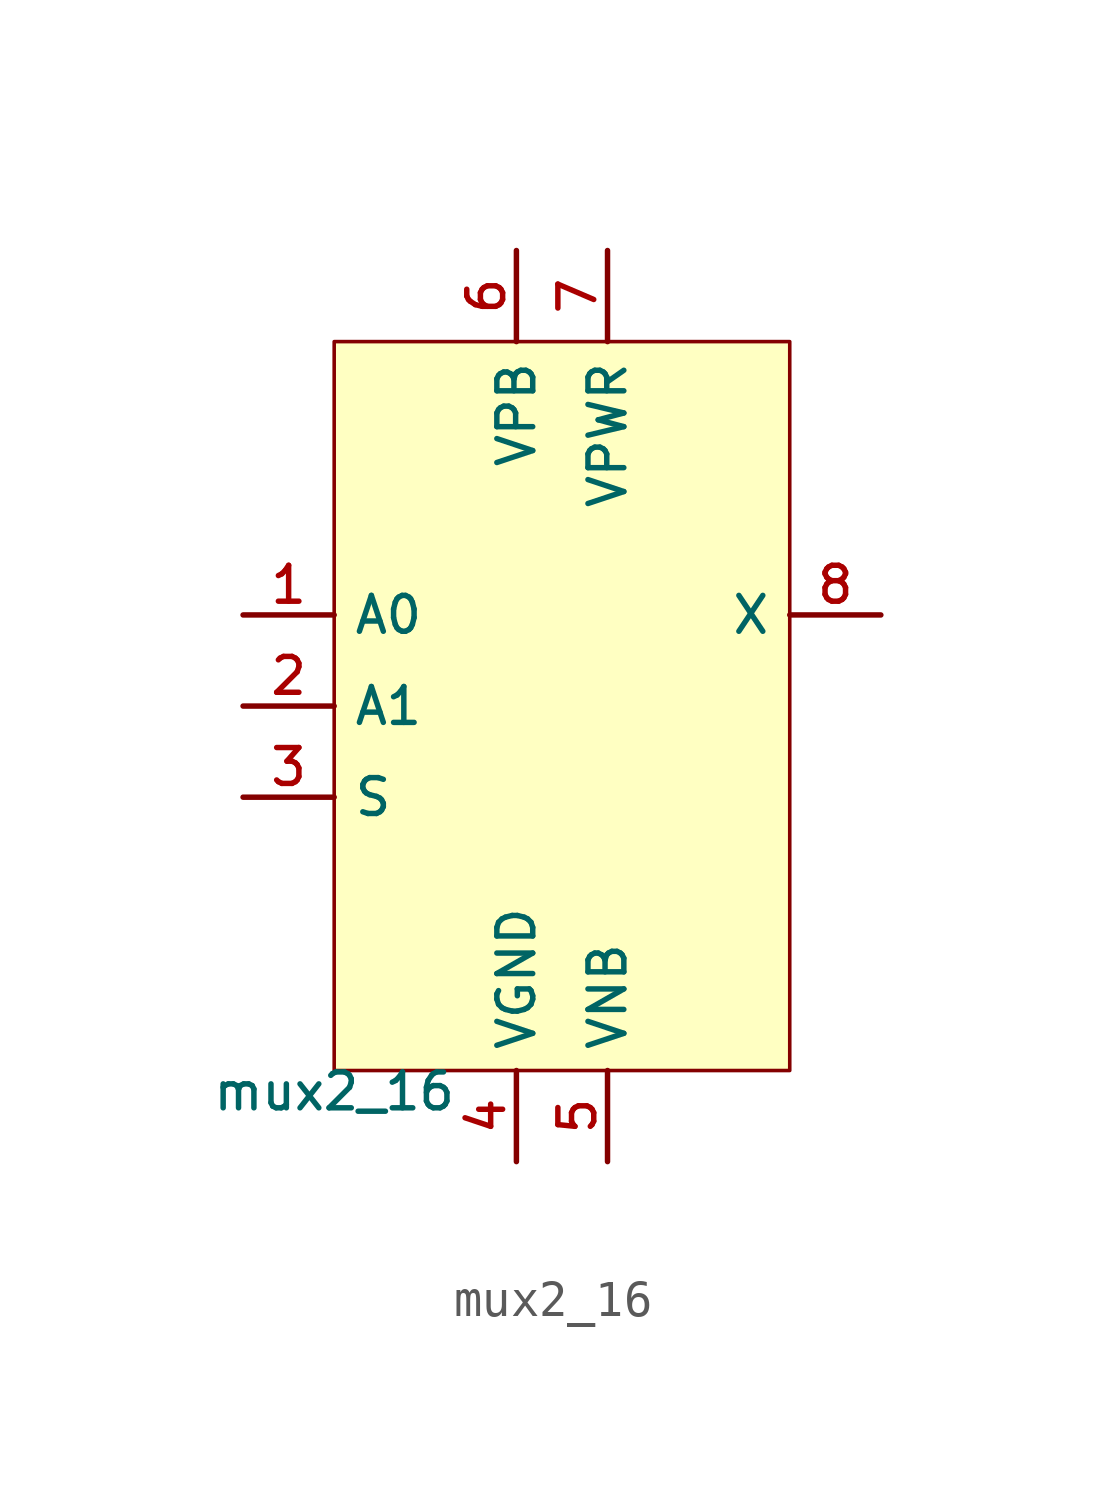
<source format=kicad_sym>
(kicad_symbol_lib
  (version 20211014)
  (generator pdk2kicad)
  (symbol "mux2_16"
    (property "Reference" "X"
      (at 0 0 0)
      (effects (font (size 1 1)) hide))
    (property "Value" "mux2_16"
      (at -6.35 -10.16 0)
      (effects (font (size 1 1)) (justify top)))
    (rectangle
      (start -6.35 -10.16)
      (end 6.35 10.16)
      (stroke (width 0.1) (type solid) (color 0 0 0 0))
      (fill (type background)))
    (pin input line
      (at -8.89 2.54 0)
      (length 2.54)
      (name "A0" (effects (font (size 1 1)) hide))
      (number "1" (effects (font (size 1 1)) hide)))
    (pin input line
      (at -8.89 0.0 0)
      (length 2.54)
      (name "A1" (effects (font (size 1 1)) hide))
      (number "2" (effects (font (size 1 1)) hide)))
    (pin input line
      (at -8.89 -2.54 0)
      (length 2.54)
      (name "S" (effects (font (size 1 1)) hide))
      (number "3" (effects (font (size 1 1)) hide)))
    (pin power_in line
      (at -1.27 -12.7 90)
      (length 2.54)
      (name "VGND" (effects (font (size 1 1)) hide))
      (number "4" (effects (font (size 1 1)) hide)))
    (pin power_in line
      (at 1.27 -12.7 90)
      (length 2.54)
      (name "VNB" (effects (font (size 1 1)) hide))
      (number "5" (effects (font (size 1 1)) hide)))
    (pin power_in line
      (at -1.27 12.7 270)
      (length 2.54)
      (name "VPB" (effects (font (size 1 1)) hide))
      (number "6" (effects (font (size 1 1)) hide)))
    (pin power_in line
      (at 1.27 12.7 270)
      (length 2.54)
      (name "VPWR" (effects (font (size 1 1)) hide))
      (number "7" (effects (font (size 1 1)) hide)))
    (pin output line
      (at 8.89 2.54 180)
      (length 2.54)
      (name "X" (effects (font (size 1 1)) hide))
      (number "8" (effects (font (size 1 1)) hide)))))
</source>
